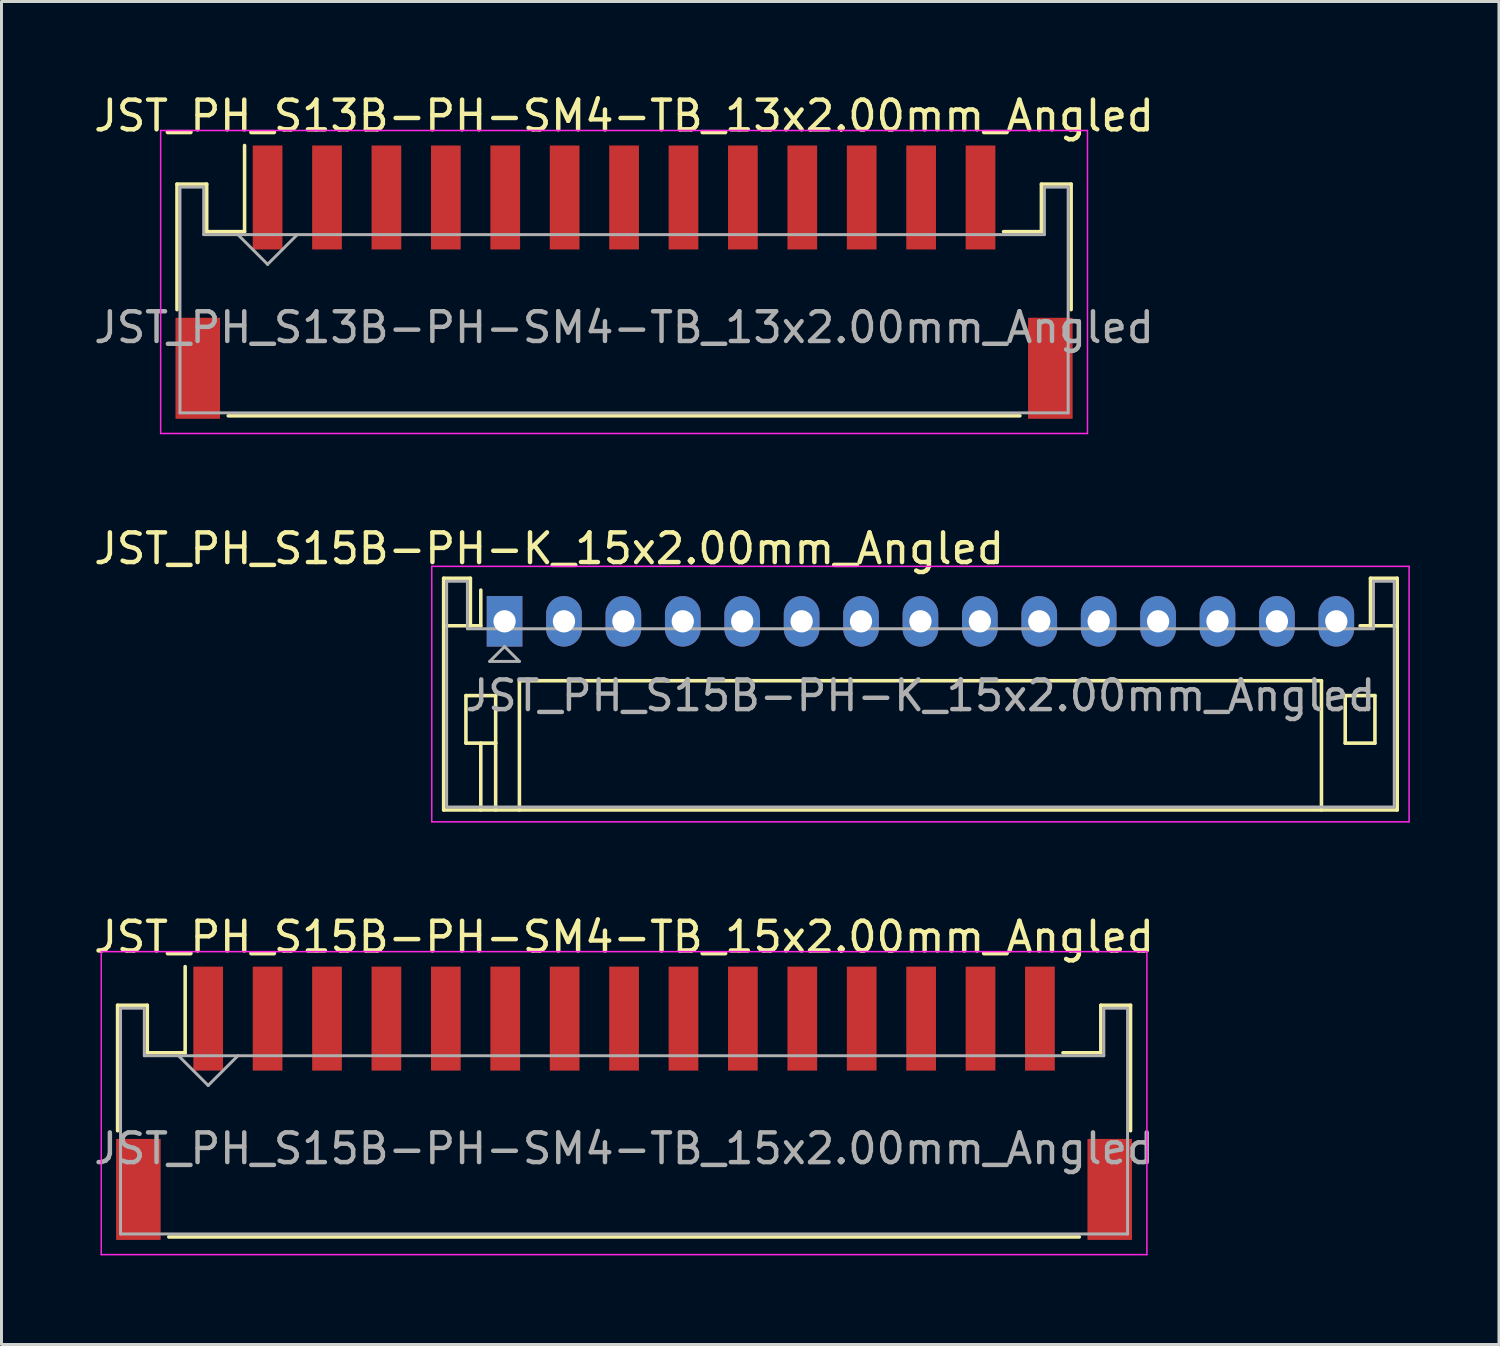
<source format=kicad_pcb>
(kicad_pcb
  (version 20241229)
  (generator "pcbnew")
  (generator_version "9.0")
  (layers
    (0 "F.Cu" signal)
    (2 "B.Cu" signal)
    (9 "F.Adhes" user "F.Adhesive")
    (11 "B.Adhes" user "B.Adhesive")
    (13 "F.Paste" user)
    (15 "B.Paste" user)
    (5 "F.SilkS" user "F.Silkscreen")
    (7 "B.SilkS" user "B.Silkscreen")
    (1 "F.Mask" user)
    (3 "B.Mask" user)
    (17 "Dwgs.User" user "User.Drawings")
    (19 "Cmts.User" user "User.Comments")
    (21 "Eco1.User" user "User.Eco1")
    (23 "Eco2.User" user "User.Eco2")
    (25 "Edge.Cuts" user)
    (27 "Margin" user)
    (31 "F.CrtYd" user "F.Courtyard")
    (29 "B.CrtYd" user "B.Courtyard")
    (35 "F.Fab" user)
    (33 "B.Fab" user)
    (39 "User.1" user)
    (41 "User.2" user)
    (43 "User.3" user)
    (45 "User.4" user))
  (footprint "JST_PH_S15B-PH-K_15x2.00mm_Angled"
    (layer "F.Cu")
    (at 13.935 17.866)
    (property "Reference" "JST_PH_S15B-PH-K_15x2.00mm_Angled" (at 1.5 -2.45 0) (layer "F.SilkS") (effects (font (size 1 1) (thickness 0.15))))
    (attr through_hole)
    (fp_line (start -2.05 -1.45) (end -2.05 6.35) (stroke (width 0.12) (type solid)) (layer "F.SilkS"))
    (fp_line (start -2.05 0.15) (end -1.15 0.15) (stroke (width 0.12) (type solid)) (layer "F.SilkS"))
    (fp_line (start -2.05 6.35) (end 30.05 6.35) (stroke (width 0.12) (type solid)) (layer "F.SilkS"))
    (fp_line (start -1.3 2.5) (end -1.3 4.1) (stroke (width 0.12) (type solid)) (layer "F.SilkS"))
    (fp_line (start -1.3 4.1) (end -0.3 4.1) (stroke (width 0.12) (type solid)) (layer "F.SilkS"))
    (fp_line (start -1.15 -1.45) (end -2.05 -1.45) (stroke (width 0.12) (type solid)) (layer "F.SilkS"))
    (fp_line (start -1.15 0.15) (end -1.15 -1.45) (stroke (width 0.12) (type solid)) (layer "F.SilkS"))
    (fp_line (start -0.8 0.15) (end -1.15 0.15) (stroke (width 0.12) (type solid)) (layer "F.SilkS"))
    (fp_line (start -0.8 0.15) (end -0.8 -1.05) (stroke (width 0.12) (type solid)) (layer "F.SilkS"))
    (fp_line (start -0.8 4.1) (end -0.8 6.35) (stroke (width 0.12) (type solid)) (layer "F.SilkS"))
    (fp_line (start -0.3 2.5) (end -1.3 2.5) (stroke (width 0.12) (type solid)) (layer "F.SilkS"))
    (fp_line (start -0.3 4.1) (end -0.3 2.5) (stroke (width 0.12) (type solid)) (layer "F.SilkS"))
    (fp_line (start -0.3 4.1) (end -0.3 6.35) (stroke (width 0.12) (type solid)) (layer "F.SilkS"))
    (fp_line (start 0.5 2) (end 27.5 2) (stroke (width 0.12) (type solid)) (layer "F.SilkS"))
    (fp_line (start 0.5 6.35) (end 0.5 2) (stroke (width 0.12) (type solid)) (layer "F.SilkS"))
    (fp_line (start 27.5 2) (end 27.5 6.35) (stroke (width 0.12) (type solid)) (layer "F.SilkS"))
    (fp_line (start 28.3 2.5) (end 29.3 2.5) (stroke (width 0.12) (type solid)) (layer "F.SilkS"))
    (fp_line (start 28.3 4.1) (end 28.3 2.5) (stroke (width 0.12) (type solid)) (layer "F.SilkS"))
    (fp_line (start 29.15 -1.45) (end 29.15 0.15) (stroke (width 0.12) (type solid)) (layer "F.SilkS"))
    (fp_line (start 29.15 0.15) (end 28.8 0.15) (stroke (width 0.12) (type solid)) (layer "F.SilkS"))
    (fp_line (start 29.3 2.5) (end 29.3 4.1) (stroke (width 0.12) (type solid)) (layer "F.SilkS"))
    (fp_line (start 29.3 4.1) (end 28.3 4.1) (stroke (width 0.12) (type solid)) (layer "F.SilkS"))
    (fp_line (start 30.05 -1.45) (end 29.15 -1.45) (stroke (width 0.12) (type solid)) (layer "F.SilkS"))
    (fp_line (start 30.05 0.15) (end 29.15 0.15) (stroke (width 0.12) (type solid)) (layer "F.SilkS"))
    (fp_line (start 30.05 6.35) (end 30.05 -1.45) (stroke (width 0.12) (type solid)) (layer "F.SilkS"))
    (fp_line (start -2.45 -1.85) (end -2.45 6.75) (stroke (width 0.05) (type solid)) (layer "F.CrtYd"))
    (fp_line (start -2.45 6.75) (end 30.45 6.75) (stroke (width 0.05) (type solid)) (layer "F.CrtYd"))
    (fp_line (start 30.45 -1.85) (end -2.45 -1.85) (stroke (width 0.05) (type solid)) (layer "F.CrtYd"))
    (fp_line (start 30.45 6.75) (end 30.45 -1.85) (stroke (width 0.05) (type solid)) (layer "F.CrtYd"))
    (fp_line (start -1.95 -1.35) (end -1.95 6.25) (stroke (width 0.1) (type solid)) (layer "F.Fab"))
    (fp_line (start -1.95 6.25) (end 29.95 6.25) (stroke (width 0.1) (type solid)) (layer "F.Fab"))
    (fp_line (start -1.25 -1.35) (end -1.95 -1.35) (stroke (width 0.1) (type solid)) (layer "F.Fab"))
    (fp_line (start -1.25 0.25) (end -1.25 -1.35) (stroke (width 0.1) (type solid)) (layer "F.Fab"))
    (fp_line (start -0.5 1.35) (end 0.5 1.35) (stroke (width 0.1) (type solid)) (layer "F.Fab"))
    (fp_line (start 0 0.85) (end -0.5 1.35) (stroke (width 0.1) (type solid)) (layer "F.Fab"))
    (fp_line (start 0.5 1.35) (end 0 0.85) (stroke (width 0.1) (type solid)) (layer "F.Fab"))
    (fp_line (start 29.25 -1.35) (end 29.25 0.25) (stroke (width 0.1) (type solid)) (layer "F.Fab"))
    (fp_line (start 29.25 0.25) (end -1.25 0.25) (stroke (width 0.1) (type solid)) (layer "F.Fab"))
    (fp_line (start 29.95 -1.35) (end 29.25 -1.35) (stroke (width 0.1) (type solid)) (layer "F.Fab"))
    (fp_line (start 29.95 6.25) (end 29.95 -1.35) (stroke (width 0.1) (type solid)) (layer "F.Fab"))
    (fp_text user "${REFERENCE}" (at 14 2.5 0) (layer "F.Fab") (effects (font (size 1 1) (thickness 0.15))))
    (pad "1" thru_hole rect (at 0 0) (size 1.2 1.7) (drill 0.75) (layers "*.Cu" "*.Mask"))
    (pad "2" thru_hole oval (at 2 0) (size 1.2 1.7) (drill 0.75) (layers "*.Cu" "*.Mask"))
    (pad "3" thru_hole oval (at 4 0) (size 1.2 1.7) (drill 0.75) (layers "*.Cu" "*.Mask"))
    (pad "4" thru_hole oval (at 6 0) (size 1.2 1.7) (drill 0.75) (layers "*.Cu" "*.Mask"))
    (pad "5" thru_hole oval (at 8 0) (size 1.2 1.7) (drill 0.75) (layers "*.Cu" "*.Mask"))
    (pad "6" thru_hole oval (at 10 0) (size 1.2 1.7) (drill 0.75) (layers "*.Cu" "*.Mask"))
    (pad "7" thru_hole oval (at 12 0) (size 1.2 1.7) (drill 0.75) (layers "*.Cu" "*.Mask"))
    (pad "8" thru_hole oval (at 14 0) (size 1.2 1.7) (drill 0.75) (layers "*.Cu" "*.Mask"))
    (pad "9" thru_hole oval (at 16 0) (size 1.2 1.7) (drill 0.75) (layers "*.Cu" "*.Mask"))
    (pad "10" thru_hole oval (at 18 0) (size 1.2 1.7) (drill 0.75) (layers "*.Cu" "*.Mask"))
    (pad "11" thru_hole oval (at 20 0) (size 1.2 1.7) (drill 0.75) (layers "*.Cu" "*.Mask"))
    (pad "12" thru_hole oval (at 22 0) (size 1.2 1.7) (drill 0.75) (layers "*.Cu" "*.Mask"))
    (pad "13" thru_hole oval (at 24 0) (size 1.2 1.7) (drill 0.75) (layers "*.Cu" "*.Mask"))
    (pad "14" thru_hole oval (at 26 0) (size 1.2 1.7) (drill 0.75) (layers "*.Cu" "*.Mask"))
    (pad "15" thru_hole oval (at 28 0) (size 1.2 1.7) (drill 0.75) (layers "*.Cu" "*.Mask")))
  (footprint "JST_PH_S13B-PH-SM4-TB_13x2.00mm_Angled"
    (layer "F.Cu")
    (at 17.958 6.473)
    (property "Reference" "JST_PH_S13B-PH-SM4-TB_13x2.00mm_Angled" (at 0 -5.625 0) (layer "F.SilkS") (effects (font (size 1 1) (thickness 0.15))))
    (attr smd)
    (fp_line (start -15.05 -3.325) (end -15.05 0.9) (stroke (width 0.12) (type solid)) (layer "F.SilkS"))
    (fp_line (start -14.05 -3.325) (end -15.05 -3.325) (stroke (width 0.12) (type solid)) (layer "F.SilkS"))
    (fp_line (start -14.05 -1.725) (end -14.05 -3.325) (stroke (width 0.12) (type solid)) (layer "F.SilkS"))
    (fp_line (start -13.325 4.475) (end 13.325 4.475) (stroke (width 0.12) (type solid)) (layer "F.SilkS"))
    (fp_line (start -12.775 -1.725) (end -14.05 -1.725) (stroke (width 0.12) (type solid)) (layer "F.SilkS"))
    (fp_line (start -12.775 -1.725) (end -12.775 -4.625) (stroke (width 0.12) (type solid)) (layer "F.SilkS"))
    (fp_line (start 14.05 -3.325) (end 14.05 -1.725) (stroke (width 0.12) (type solid)) (layer "F.SilkS"))
    (fp_line (start 14.05 -1.725) (end 12.775 -1.725) (stroke (width 0.12) (type solid)) (layer "F.SilkS"))
    (fp_line (start 15.05 -3.325) (end 14.05 -3.325) (stroke (width 0.12) (type solid)) (layer "F.SilkS"))
    (fp_line (start 15.05 0.9) (end 15.05 -3.325) (stroke (width 0.12) (type solid)) (layer "F.SilkS"))
    (fp_line (start -15.6 -5.13) (end -15.6 5.07) (stroke (width 0.05) (type solid)) (layer "F.CrtYd"))
    (fp_line (start -15.6 5.07) (end 15.6 5.07) (stroke (width 0.05) (type solid)) (layer "F.CrtYd"))
    (fp_line (start 15.6 -5.13) (end -15.6 -5.13) (stroke (width 0.05) (type solid)) (layer "F.CrtYd"))
    (fp_line (start 15.6 5.07) (end 15.6 -5.13) (stroke (width 0.05) (type solid)) (layer "F.CrtYd"))
    (fp_line (start -14.95 -3.225) (end -14.95 4.375) (stroke (width 0.1) (type solid)) (layer "F.Fab"))
    (fp_line (start -14.95 4.375) (end 14.95 4.375) (stroke (width 0.1) (type solid)) (layer "F.Fab"))
    (fp_line (start -14.15 -3.225) (end -14.95 -3.225) (stroke (width 0.1) (type solid)) (layer "F.Fab"))
    (fp_line (start -14.15 -1.625) (end -14.15 -3.225) (stroke (width 0.1) (type solid)) (layer "F.Fab"))
    (fp_line (start -13 -1.625) (end -12 -0.625) (stroke (width 0.1) (type solid)) (layer "F.Fab"))
    (fp_line (start -12 -0.625) (end -11 -1.625) (stroke (width 0.1) (type solid)) (layer "F.Fab"))
    (fp_line (start 14.15 -3.225) (end 14.15 -1.625) (stroke (width 0.1) (type solid)) (layer "F.Fab"))
    (fp_line (start 14.15 -1.625) (end -14.15 -1.625) (stroke (width 0.1) (type solid)) (layer "F.Fab"))
    (fp_line (start 14.95 -3.225) (end 14.15 -3.225) (stroke (width 0.1) (type solid)) (layer "F.Fab"))
    (fp_line (start 14.95 4.375) (end 14.95 -3.225) (stroke (width 0.1) (type solid)) (layer "F.Fab"))
    (fp_text user "${REFERENCE}" (at 0 1.5 0) (layer "F.Fab") (effects (font (size 1 1) (thickness 0.15))))
    (pad "" smd rect (at -14.35 2.875) (size 1.5 3.4) (layers "F.Cu" "F.Mask" "F.Paste"))
    (pad "" smd rect (at 14.35 2.875) (size 1.5 3.4) (layers "F.Cu" "F.Mask" "F.Paste"))
    (pad "1" smd rect (at -12 -2.875) (size 1 3.5) (layers "F.Cu" "F.Mask" "F.Paste"))
    (pad "2" smd rect (at -10 -2.875) (size 1 3.5) (layers "F.Cu" "F.Mask" "F.Paste"))
    (pad "3" smd rect (at -8 -2.875) (size 1 3.5) (layers "F.Cu" "F.Mask" "F.Paste"))
    (pad "4" smd rect (at -6 -2.875) (size 1 3.5) (layers "F.Cu" "F.Mask" "F.Paste"))
    (pad "5" smd rect (at -4 -2.875) (size 1 3.5) (layers "F.Cu" "F.Mask" "F.Paste"))
    (pad "6" smd rect (at -2 -2.875) (size 1 3.5) (layers "F.Cu" "F.Mask" "F.Paste"))
    (pad "7" smd rect (at 0 -2.875) (size 1 3.5) (layers "F.Cu" "F.Mask" "F.Paste"))
    (pad "8" smd rect (at 2 -2.875) (size 1 3.5) (layers "F.Cu" "F.Mask" "F.Paste"))
    (pad "9" smd rect (at 4 -2.875) (size 1 3.5) (layers "F.Cu" "F.Mask" "F.Paste"))
    (pad "10" smd rect (at 6 -2.875) (size 1 3.5) (layers "F.Cu" "F.Mask" "F.Paste"))
    (pad "11" smd rect (at 8 -2.875) (size 1 3.5) (layers "F.Cu" "F.Mask" "F.Paste"))
    (pad "12" smd rect (at 10 -2.875) (size 1 3.5) (layers "F.Cu" "F.Mask" "F.Paste"))
    (pad "13" smd rect (at 12 -2.875) (size 1 3.5) (layers "F.Cu" "F.Mask" "F.Paste")))
  (footprint "JST_PH_S15B-PH-SM4-TB_15x2.00mm_Angled"
    (layer "F.Cu")
    (at 17.958 34.115)
    (property "Reference" "JST_PH_S15B-PH-SM4-TB_15x2.00mm_Angled" (at 0 -5.625 0) (layer "F.SilkS") (effects (font (size 1 1) (thickness 0.15))))
    (attr smd)
    (fp_line (start -17.05 -3.325) (end -17.05 0.9) (stroke (width 0.12) (type solid)) (layer "F.SilkS"))
    (fp_line (start -16.05 -3.325) (end -17.05 -3.325) (stroke (width 0.12) (type solid)) (layer "F.SilkS"))
    (fp_line (start -16.05 -1.725) (end -16.05 -3.325) (stroke (width 0.12) (type solid)) (layer "F.SilkS"))
    (fp_line (start -15.325 4.475) (end 15.325 4.475) (stroke (width 0.12) (type solid)) (layer "F.SilkS"))
    (fp_line (start -14.775 -1.725) (end -16.05 -1.725) (stroke (width 0.12) (type solid)) (layer "F.SilkS"))
    (fp_line (start -14.775 -1.725) (end -14.775 -4.625) (stroke (width 0.12) (type solid)) (layer "F.SilkS"))
    (fp_line (start 16.05 -3.325) (end 16.05 -1.725) (stroke (width 0.12) (type solid)) (layer "F.SilkS"))
    (fp_line (start 16.05 -1.725) (end 14.775 -1.725) (stroke (width 0.12) (type solid)) (layer "F.SilkS"))
    (fp_line (start 17.05 -3.325) (end 16.05 -3.325) (stroke (width 0.12) (type solid)) (layer "F.SilkS"))
    (fp_line (start 17.05 0.9) (end 17.05 -3.325) (stroke (width 0.12) (type solid)) (layer "F.SilkS"))
    (fp_line (start -17.6 -5.13) (end -17.6 5.07) (stroke (width 0.05) (type solid)) (layer "F.CrtYd"))
    (fp_line (start -17.6 5.07) (end 17.6 5.07) (stroke (width 0.05) (type solid)) (layer "F.CrtYd"))
    (fp_line (start 17.6 -5.13) (end -17.6 -5.13) (stroke (width 0.05) (type solid)) (layer "F.CrtYd"))
    (fp_line (start 17.6 5.07) (end 17.6 -5.13) (stroke (width 0.05) (type solid)) (layer "F.CrtYd"))
    (fp_line (start -16.95 -3.225) (end -16.95 4.375) (stroke (width 0.1) (type solid)) (layer "F.Fab"))
    (fp_line (start -16.95 4.375) (end 16.95 4.375) (stroke (width 0.1) (type solid)) (layer "F.Fab"))
    (fp_line (start -16.15 -3.225) (end -16.95 -3.225) (stroke (width 0.1) (type solid)) (layer "F.Fab"))
    (fp_line (start -16.15 -1.625) (end -16.15 -3.225) (stroke (width 0.1) (type solid)) (layer "F.Fab"))
    (fp_line (start -15 -1.625) (end -14 -0.625) (stroke (width 0.1) (type solid)) (layer "F.Fab"))
    (fp_line (start -14 -0.625) (end -13 -1.625) (stroke (width 0.1) (type solid)) (layer "F.Fab"))
    (fp_line (start 16.15 -3.225) (end 16.15 -1.625) (stroke (width 0.1) (type solid)) (layer "F.Fab"))
    (fp_line (start 16.15 -1.625) (end -16.15 -1.625) (stroke (width 0.1) (type solid)) (layer "F.Fab"))
    (fp_line (start 16.95 -3.225) (end 16.15 -3.225) (stroke (width 0.1) (type solid)) (layer "F.Fab"))
    (fp_line (start 16.95 4.375) (end 16.95 -3.225) (stroke (width 0.1) (type solid)) (layer "F.Fab"))
    (fp_text user "${REFERENCE}" (at 0 1.5 0) (layer "F.Fab") (effects (font (size 1 1) (thickness 0.15))))
    (pad "" smd rect (at -16.35 2.875) (size 1.5 3.4) (layers "F.Cu" "F.Mask" "F.Paste"))
    (pad "" smd rect (at 16.35 2.875) (size 1.5 3.4) (layers "F.Cu" "F.Mask" "F.Paste"))
    (pad "1" smd rect (at -14 -2.875) (size 1 3.5) (layers "F.Cu" "F.Mask" "F.Paste"))
    (pad "2" smd rect (at -12 -2.875) (size 1 3.5) (layers "F.Cu" "F.Mask" "F.Paste"))
    (pad "3" smd rect (at -10 -2.875) (size 1 3.5) (layers "F.Cu" "F.Mask" "F.Paste"))
    (pad "4" smd rect (at -8 -2.875) (size 1 3.5) (layers "F.Cu" "F.Mask" "F.Paste"))
    (pad "5" smd rect (at -6 -2.875) (size 1 3.5) (layers "F.Cu" "F.Mask" "F.Paste"))
    (pad "6" smd rect (at -4 -2.875) (size 1 3.5) (layers "F.Cu" "F.Mask" "F.Paste"))
    (pad "7" smd rect (at -2 -2.875) (size 1 3.5) (layers "F.Cu" "F.Mask" "F.Paste"))
    (pad "8" smd rect (at 0 -2.875) (size 1 3.5) (layers "F.Cu" "F.Mask" "F.Paste"))
    (pad "9" smd rect (at 2 -2.875) (size 1 3.5) (layers "F.Cu" "F.Mask" "F.Paste"))
    (pad "10" smd rect (at 4 -2.875) (size 1 3.5) (layers "F.Cu" "F.Mask" "F.Paste"))
    (pad "11" smd rect (at 6 -2.875) (size 1 3.5) (layers "F.Cu" "F.Mask" "F.Paste"))
    (pad "12" smd rect (at 8 -2.875) (size 1 3.5) (layers "F.Cu" "F.Mask" "F.Paste"))
    (pad "13" smd rect (at 10 -2.875) (size 1 3.5) (layers "F.Cu" "F.Mask" "F.Paste"))
    (pad "14" smd rect (at 12 -2.875) (size 1 3.5) (layers "F.Cu" "F.Mask" "F.Paste"))
    (pad "15" smd rect (at 14 -2.875) (size 1 3.5) (layers "F.Cu" "F.Mask" "F.Paste")))
  (gr_rect
    (start -3 -3)
    (end 47.41 42.21)
    (stroke (width 0.1) (type default))
    (fill no)
    (layer "Edge.Cuts")))
</source>
